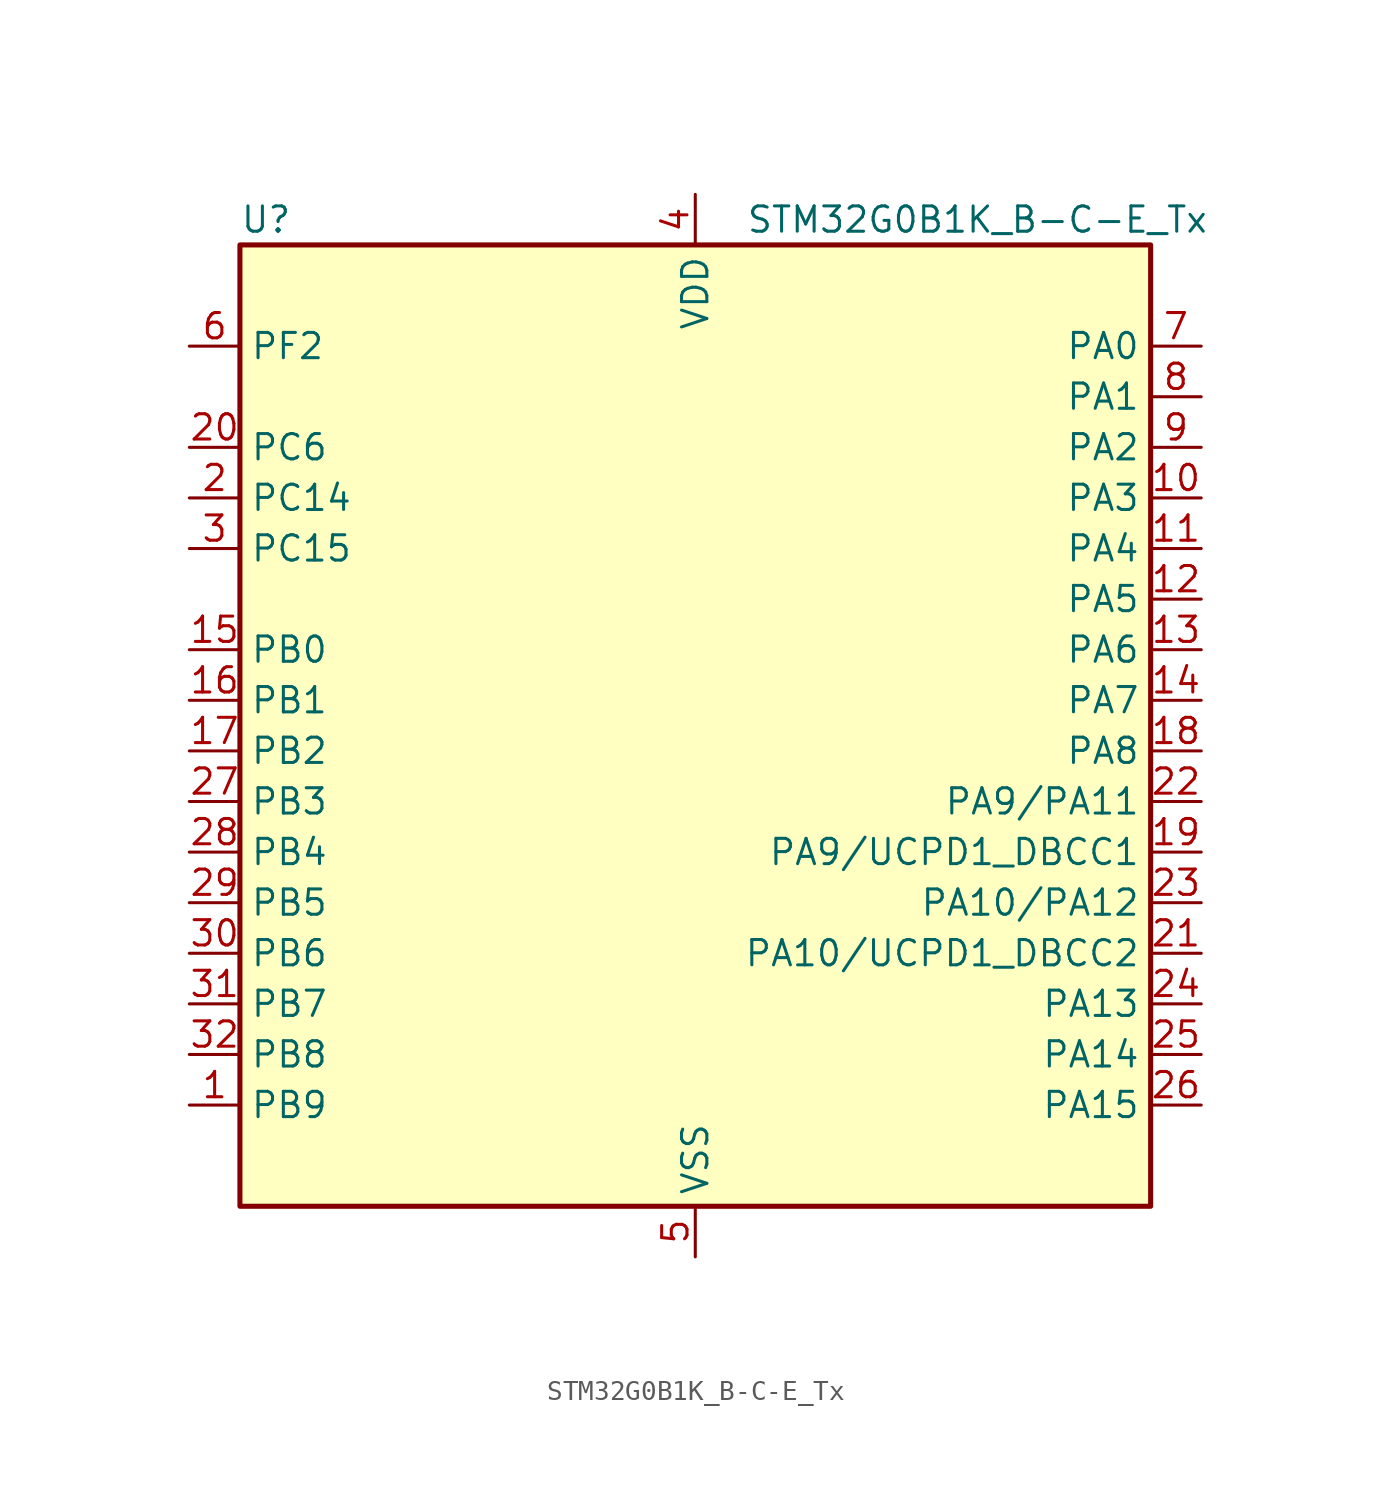
<source format=kicad_sym>
(kicad_symbol_lib
  (version 20231120)
  (generator "kicad-library-utils")
  (generator_version "8.0")
  (symbol "STM32G0B1K_B-C-E_Tx"
    (property "Reference" "U"
      (at -22.86 26.67 0)
      (effects (font (size 1.27 1.27)) (justify left)))
    (property "Value" "STM32G0B1K_B-C-E_Tx"
      (at 2.54 26.67 0)
      (effects (font (size 1.27 1.27)) (justify left)))
    (symbol "STM32G0B1K_B-C-E_Tx_0_1"
      (rectangle (start -22.86 -22.86) (end 22.86 25.4) (stroke (width 0.254) (type default)) (fill (type background))))
    (symbol "STM32G0B1K_B-C-E_Tx_1_1"
      (pin bidirectional line (at -25.4 -17.78 0) (length 2.54) (name "PB9" (effects (font (size 1.27 1.27)))) (number "1" (effects (font (size 1.27 1.27)))) (alternate "DAC1_EXTI9" bidirectional line) (alternate "FDCAN1_TX" bidirectional line) (alternate "I2C1_SDA" bidirectional line) (alternate "I2S2_WS" bidirectional line) (alternate "IR_OUT" bidirectional line) (alternate "SPI2_NSS" bidirectional line) (alternate "TIM17_CH1" bidirectional line) (alternate "TIM4_CH4" bidirectional line) (alternate "USART3_RX" bidirectional line) (alternate "USART6_RX" bidirectional line))
      (pin bidirectional line (at 25.4 12.7 180) (length 2.54) (name "PA3" (effects (font (size 1.27 1.27)))) (number "10" (effects (font (size 1.27 1.27)))) (alternate "ADC1_IN3" bidirectional line) (alternate "COMP2_INP" bidirectional line) (alternate "I2S2_MCK" bidirectional line) (alternate "LPUART1_RX" bidirectional line) (alternate "SPI2_MISO" bidirectional line) (alternate "TIM15_CH2" bidirectional line) (alternate "TIM2_CH4" bidirectional line) (alternate "USART2_RX" bidirectional line))
      (pin bidirectional line (at 25.4 10.16 180) (length 2.54) (name "PA4" (effects (font (size 1.27 1.27)))) (number "11" (effects (font (size 1.27 1.27)))) (alternate "ADC1_IN4" bidirectional line) (alternate "DAC1_OUT1" bidirectional line) (alternate "I2S1_WS" bidirectional line) (alternate "I2S2_SD" bidirectional line) (alternate "LPTIM2_OUT" bidirectional line) (alternate "RTC_OUT1" bidirectional line) (alternate "RTC_TAMP_IN1" bidirectional line) (alternate "RTC_TS" bidirectional line) (alternate "SPI1_NSS" bidirectional line) (alternate "SPI2_MOSI" bidirectional line) (alternate "SPI3_NSS" bidirectional line) (alternate "SYS_WKUP2" bidirectional line) (alternate "TIM14_CH1" bidirectional line) (alternate "USART6_TX" bidirectional line) (alternate "USB_NOE" bidirectional line))
      (pin bidirectional line (at 25.4 7.62 180) (length 2.54) (name "PA5" (effects (font (size 1.27 1.27)))) (number "12" (effects (font (size 1.27 1.27)))) (alternate "ADC1_IN5" bidirectional line) (alternate "CEC" bidirectional line) (alternate "DAC1_OUT2" bidirectional line) (alternate "I2S1_CK" bidirectional line) (alternate "LPTIM2_ETR" bidirectional line) (alternate "SPI1_SCK" bidirectional line) (alternate "TIM2_CH1" bidirectional line) (alternate "TIM2_ETR" bidirectional line) (alternate "UCPD1_FRSTX1" bidirectional line) (alternate "UCPD1_FRSTX2" bidirectional line) (alternate "USART3_TX" bidirectional line) (alternate "USART6_RX" bidirectional line))
      (pin bidirectional line (at 25.4 5.08 180) (length 2.54) (name "PA6" (effects (font (size 1.27 1.27)))) (number "13" (effects (font (size 1.27 1.27)))) (alternate "ADC1_IN6" bidirectional line) (alternate "COMP1_OUT" bidirectional line) (alternate "I2C2_SDA" bidirectional line) (alternate "I2C3_SDA" bidirectional line) (alternate "I2S1_MCK" bidirectional line) (alternate "LPUART1_CTS" bidirectional line) (alternate "SPI1_MISO" bidirectional line) (alternate "TIM16_CH1" bidirectional line) (alternate "TIM1_BK" bidirectional line) (alternate "TIM3_CH1" bidirectional line) (alternate "USART3_CTS" bidirectional line) (alternate "USART3_NSS" bidirectional line) (alternate "USART6_CTS" bidirectional line) (alternate "USART6_NSS" bidirectional line))
      (pin bidirectional line (at 25.4 2.54 180) (length 2.54) (name "PA7" (effects (font (size 1.27 1.27)))) (number "14" (effects (font (size 1.27 1.27)))) (alternate "ADC1_IN7" bidirectional line) (alternate "COMP2_OUT" bidirectional line) (alternate "I2C2_SCL" bidirectional line) (alternate "I2C3_SCL" bidirectional line) (alternate "I2S1_SD" bidirectional line) (alternate "SPI1_MOSI" bidirectional line) (alternate "TIM14_CH1" bidirectional line) (alternate "TIM17_CH1" bidirectional line) (alternate "TIM1_CH1N" bidirectional line) (alternate "TIM3_CH2" bidirectional line) (alternate "UCPD1_FRSTX1" bidirectional line) (alternate "UCPD1_FRSTX2" bidirectional line) (alternate "USART6_CK" bidirectional line) (alternate "USART6_DE" bidirectional line) (alternate "USART6_RTS" bidirectional line))
      (pin bidirectional line (at -25.4 5.08 0) (length 2.54) (name "PB0" (effects (font (size 1.27 1.27)))) (number "15" (effects (font (size 1.27 1.27)))) (alternate "ADC1_IN8" bidirectional line) (alternate "COMP1_OUT" bidirectional line) (alternate "COMP3_INP" bidirectional line) (alternate "FDCAN2_RX" bidirectional line) (alternate "I2S1_WS" bidirectional line) (alternate "LPTIM1_OUT" bidirectional line) (alternate "LPUART2_CTS" bidirectional line) (alternate "SPI1_NSS" bidirectional line) (alternate "TIM1_CH2N" bidirectional line) (alternate "TIM3_CH3" bidirectional line) (alternate "UCPD1_FRSTX1" bidirectional line) (alternate "UCPD1_FRSTX2" bidirectional line) (alternate "USART3_RX" bidirectional line) (alternate "USART5_TX" bidirectional line))
      (pin bidirectional line (at -25.4 2.54 0) (length 2.54) (name "PB1" (effects (font (size 1.27 1.27)))) (number "16" (effects (font (size 1.27 1.27)))) (alternate "ADC1_IN9" bidirectional line) (alternate "COMP1_INM" bidirectional line) (alternate "COMP3_OUT" bidirectional line) (alternate "FDCAN2_TX" bidirectional line) (alternate "LPTIM2_IN1" bidirectional line) (alternate "LPUART1_DE" bidirectional line) (alternate "LPUART1_RTS" bidirectional line) (alternate "LPUART2_DE" bidirectional line) (alternate "LPUART2_RTS" bidirectional line) (alternate "TIM14_CH1" bidirectional line) (alternate "TIM1_CH3N" bidirectional line) (alternate "TIM3_CH4" bidirectional line) (alternate "USART3_CK" bidirectional line) (alternate "USART3_DE" bidirectional line) (alternate "USART3_RTS" bidirectional line) (alternate "USART5_RX" bidirectional line))
      (pin bidirectional line (at -25.4 0 0) (length 2.54) (name "PB2" (effects (font (size 1.27 1.27)))) (number "17" (effects (font (size 1.27 1.27)))) (alternate "ADC1_IN10" bidirectional line) (alternate "COMP1_INP" bidirectional line) (alternate "COMP3_INM" bidirectional line) (alternate "I2S2_MCK" bidirectional line) (alternate "LPTIM1_OUT" bidirectional line) (alternate "RCC_MCO_2" bidirectional line) (alternate "SPI2_MISO" bidirectional line) (alternate "USART3_TX" bidirectional line))
      (pin bidirectional line (at 25.4 0 180) (length 2.54) (name "PA8" (effects (font (size 1.27 1.27)))) (number "18" (effects (font (size 1.27 1.27)))) (alternate "CRS1_SYNC" bidirectional line) (alternate "I2C2_SMBA" bidirectional line) (alternate "I2S2_WS" bidirectional line) (alternate "LPTIM2_OUT" bidirectional line) (alternate "RCC_MCO" bidirectional line) (alternate "SPI2_NSS" bidirectional line) (alternate "TIM1_CH1" bidirectional line) (alternate "UCPD1_CC1" bidirectional line))
      (pin bidirectional line (at 25.4 -5.08 180) (length 2.54) (name "PA9/UCPD1_DBCC1" (effects (font (size 1.27 1.27)))) (number "19" (effects (font (size 1.27 1.27)))) (alternate "PA9" bidirectional line) (alternate "DAC1_EXTI9 (PA9)" bidirectional line) (alternate "I2C1_SCL (PA9)" bidirectional line) (alternate "I2C2_SCL (PA9)" bidirectional line) (alternate "I2S2_MCK (PA9)" bidirectional line) (alternate "RCC_MCO (PA9)" bidirectional line) (alternate "SPI2_MISO (PA9)" bidirectional line) (alternate "TIM15_BK (PA9)" bidirectional line) (alternate "TIM1_CH2 (PA9)" bidirectional line) (alternate "UCPD1_DBCC1 (PA9)" bidirectional line) (alternate "USART1_TX (PA9)" bidirectional line) (alternate "UCPD1_DBCC1" bidirectional line) (alternate "UCPD1_DBCC1 (UCPD1_DBCC1)" bidirectional line))
      (pin bidirectional line (at -25.4 12.7 0) (length 2.54) (name "PC14" (effects (font (size 1.27 1.27)))) (number "2" (effects (font (size 1.27 1.27)))) (alternate "RCC_OSC32_IN" bidirectional line) (alternate "RCC_OSC_IN" bidirectional line) (alternate "TIM1_BK2" bidirectional line))
      (pin bidirectional line (at -25.4 15.24 0) (length 2.54) (name "PC6" (effects (font (size 1.27 1.27)))) (number "20" (effects (font (size 1.27 1.27)))) (alternate "LPUART2_TX" bidirectional line) (alternate "TIM2_CH3" bidirectional line) (alternate "TIM3_CH1" bidirectional line) (alternate "UCPD1_FRSTX1" bidirectional line) (alternate "UCPD1_FRSTX2" bidirectional line))
      (pin bidirectional line (at 25.4 -10.16 180) (length 2.54) (name "PA10/UCPD1_DBCC2" (effects (font (size 1.27 1.27)))) (number "21" (effects (font (size 1.27 1.27)))) (alternate "PA10" bidirectional line) (alternate "I2C1_SDA (PA10)" bidirectional line) (alternate "I2C2_SDA (PA10)" bidirectional line) (alternate "I2S2_SD (PA10)" bidirectional line) (alternate "RCC_MCO_2 (PA10)" bidirectional line) (alternate "SPI2_MOSI (PA10)" bidirectional line) (alternate "TIM17_BK (PA10)" bidirectional line) (alternate "TIM1_CH3 (PA10)" bidirectional line) (alternate "UCPD1_DBCC2 (PA10)" bidirectional line) (alternate "USART1_RX (PA10)" bidirectional line) (alternate "UCPD1_DBCC2" bidirectional line) (alternate "UCPD1_DBCC2 (UCPD1_DBCC2)" bidirectional line))
      (pin bidirectional line (at 25.4 -2.54 180) (length 2.54) (name "PA9/PA11" (effects (font (size 1.27 1.27)))) (number "22" (effects (font (size 1.27 1.27)))) (alternate "PA9" bidirectional line) (alternate "DAC1_EXTI9 (PA9)" bidirectional line) (alternate "I2C1_SCL (PA9)" bidirectional line) (alternate "I2C2_SCL (PA9)" bidirectional line) (alternate "I2S2_MCK (PA9)" bidirectional line) (alternate "RCC_MCO (PA9)" bidirectional line) (alternate "SPI2_MISO (PA9)" bidirectional line) (alternate "TIM15_BK (PA9)" bidirectional line) (alternate "TIM1_CH2 (PA9)" bidirectional line) (alternate "UCPD1_DBCC1 (PA9)" bidirectional line) (alternate "USART1_TX (PA9)" bidirectional line) (alternate "PA11" bidirectional line) (alternate "ADC1_EXTI11 (PA11)" bidirectional line) (alternate "COMP1_OUT (PA11)" bidirectional line) (alternate "FDCAN1_RX (PA11)" bidirectional line) (alternate "I2C2_SCL (PA11)" bidirectional line) (alternate "I2S1_MCK (PA11)" bidirectional line) (alternate "SPI1_MISO (PA11)" bidirectional line) (alternate "TIM1_BK2 (PA11)" bidirectional line) (alternate "TIM1_CH4 (PA11)" bidirectional line) (alternate "USART1_CTS (PA11)" bidirectional line) (alternate "USART1_NSS (PA11)" bidirectional line) (alternate "USB_DM (PA11)" bidirectional line))
      (pin bidirectional line (at 25.4 -7.62 180) (length 2.54) (name "PA10/PA12" (effects (font (size 1.27 1.27)))) (number "23" (effects (font (size 1.27 1.27)))) (alternate "PA10" bidirectional line) (alternate "I2C1_SDA (PA10)" bidirectional line) (alternate "I2C2_SDA (PA10)" bidirectional line) (alternate "I2S2_SD (PA10)" bidirectional line) (alternate "RCC_MCO_2 (PA10)" bidirectional line) (alternate "SPI2_MOSI (PA10)" bidirectional line) (alternate "TIM17_BK (PA10)" bidirectional line) (alternate "TIM1_CH3 (PA10)" bidirectional line) (alternate "UCPD1_DBCC2 (PA10)" bidirectional line) (alternate "USART1_RX (PA10)" bidirectional line) (alternate "PA12" bidirectional line) (alternate "COMP2_OUT (PA12)" bidirectional line) (alternate "FDCAN1_TX (PA12)" bidirectional line) (alternate "I2C2_SDA (PA12)" bidirectional line) (alternate "I2S1_SD (PA12)" bidirectional line) (alternate "I2S_CKIN (PA12)" bidirectional line) (alternate "SPI1_MOSI (PA12)" bidirectional line) (alternate "TIM1_ETR (PA12)" bidirectional line) (alternate "USART1_CK (PA12)" bidirectional line) (alternate "USART1_DE (PA12)" bidirectional line) (alternate "USART1_RTS (PA12)" bidirectional line) (alternate "USB_DP (PA12)" bidirectional line))
      (pin bidirectional line (at 25.4 -12.7 180) (length 2.54) (name "PA13" (effects (font (size 1.27 1.27)))) (number "24" (effects (font (size 1.27 1.27)))) (alternate "IR_OUT" bidirectional line) (alternate "LPUART2_RX" bidirectional line) (alternate "SYS_SWDIO" bidirectional line) (alternate "USB_NOE" bidirectional line))
      (pin bidirectional line (at 25.4 -15.24 180) (length 2.54) (name "PA14" (effects (font (size 1.27 1.27)))) (number "25" (effects (font (size 1.27 1.27)))) (alternate "LPUART2_TX" bidirectional line) (alternate "SYS_SWCLK" bidirectional line) (alternate "USART2_TX" bidirectional line))
      (pin bidirectional line (at 25.4 -17.78 180) (length 2.54) (name "PA15" (effects (font (size 1.27 1.27)))) (number "26" (effects (font (size 1.27 1.27)))) (alternate "I2C2_SMBA" bidirectional line) (alternate "I2S1_WS" bidirectional line) (alternate "RCC_MCO_2" bidirectional line) (alternate "SPI1_NSS" bidirectional line) (alternate "SPI3_NSS" bidirectional line) (alternate "TIM2_CH1" bidirectional line) (alternate "TIM2_ETR" bidirectional line) (alternate "USART2_RX" bidirectional line) (alternate "USART3_CK" bidirectional line) (alternate "USART3_DE" bidirectional line) (alternate "USART3_RTS" bidirectional line) (alternate "USART4_CK" bidirectional line) (alternate "USART4_DE" bidirectional line) (alternate "USART4_RTS" bidirectional line) (alternate "USB_NOE" bidirectional line))
      (pin bidirectional line (at -25.4 -2.54 0) (length 2.54) (name "PB3" (effects (font (size 1.27 1.27)))) (number "27" (effects (font (size 1.27 1.27)))) (alternate "COMP2_INM" bidirectional line) (alternate "I2C2_SCL" bidirectional line) (alternate "I2C3_SCL" bidirectional line) (alternate "I2S1_CK" bidirectional line) (alternate "SPI1_SCK" bidirectional line) (alternate "SPI3_SCK" bidirectional line) (alternate "TIM1_CH2" bidirectional line) (alternate "TIM2_CH2" bidirectional line) (alternate "USART1_CK" bidirectional line) (alternate "USART1_DE" bidirectional line) (alternate "USART1_RTS" bidirectional line) (alternate "USART5_TX" bidirectional line))
      (pin bidirectional line (at -25.4 -5.08 0) (length 2.54) (name "PB4" (effects (font (size 1.27 1.27)))) (number "28" (effects (font (size 1.27 1.27)))) (alternate "COMP2_INP" bidirectional line) (alternate "I2C2_SDA" bidirectional line) (alternate "I2C3_SDA" bidirectional line) (alternate "I2S1_MCK" bidirectional line) (alternate "SPI1_MISO" bidirectional line) (alternate "SPI3_MISO" bidirectional line) (alternate "TIM17_BK" bidirectional line) (alternate "TIM3_CH1" bidirectional line) (alternate "USART1_CTS" bidirectional line) (alternate "USART1_NSS" bidirectional line) (alternate "USART5_RX" bidirectional line))
      (pin bidirectional line (at -25.4 -7.62 0) (length 2.54) (name "PB5" (effects (font (size 1.27 1.27)))) (number "29" (effects (font (size 1.27 1.27)))) (alternate "COMP2_OUT" bidirectional line) (alternate "FDCAN2_RX" bidirectional line) (alternate "I2C1_SMBA" bidirectional line) (alternate "I2S1_SD" bidirectional line) (alternate "LPTIM1_IN1" bidirectional line) (alternate "SPI1_MOSI" bidirectional line) (alternate "SPI3_MOSI" bidirectional line) (alternate "SYS_WKUP6" bidirectional line) (alternate "TIM16_BK" bidirectional line) (alternate "TIM3_CH2" bidirectional line) (alternate "USART5_CK" bidirectional line) (alternate "USART5_DE" bidirectional line) (alternate "USART5_RTS" bidirectional line))
      (pin bidirectional line (at -25.4 10.16 0) (length 2.54) (name "PC15" (effects (font (size 1.27 1.27)))) (number "3" (effects (font (size 1.27 1.27)))) (alternate "RCC_OSC32_EN" bidirectional line) (alternate "RCC_OSC32_OUT" bidirectional line) (alternate "RCC_OSC_EN" bidirectional line) (alternate "TIM15_BK" bidirectional line))
      (pin bidirectional line (at -25.4 -10.16 0) (length 2.54) (name "PB6" (effects (font (size 1.27 1.27)))) (number "30" (effects (font (size 1.27 1.27)))) (alternate "COMP2_INP" bidirectional line) (alternate "FDCAN2_TX" bidirectional line) (alternate "I2C1_SCL" bidirectional line) (alternate "I2S2_MCK" bidirectional line) (alternate "LPTIM1_ETR" bidirectional line) (alternate "LPUART2_TX" bidirectional line) (alternate "SPI2_MISO" bidirectional line) (alternate "TIM16_CH1N" bidirectional line) (alternate "TIM1_CH3" bidirectional line) (alternate "TIM4_CH1" bidirectional line) (alternate "USART1_TX" bidirectional line) (alternate "USART5_CTS" bidirectional line) (alternate "USART5_NSS" bidirectional line))
      (pin bidirectional line (at -25.4 -12.7 0) (length 2.54) (name "PB7" (effects (font (size 1.27 1.27)))) (number "31" (effects (font (size 1.27 1.27)))) (alternate "COMP2_INM" bidirectional line) (alternate "I2C1_SDA" bidirectional line) (alternate "I2S2_SD" bidirectional line) (alternate "LPTIM1_IN2" bidirectional line) (alternate "LPUART2_RX" bidirectional line) (alternate "SPI2_MOSI" bidirectional line) (alternate "SYS_PVD_IN" bidirectional line) (alternate "TIM17_CH1N" bidirectional line) (alternate "TIM4_CH2" bidirectional line) (alternate "USART1_RX" bidirectional line) (alternate "USART4_CTS" bidirectional line) (alternate "USART4_NSS" bidirectional line))
      (pin bidirectional line (at -25.4 -15.24 0) (length 2.54) (name "PB8" (effects (font (size 1.27 1.27)))) (number "32" (effects (font (size 1.27 1.27)))) (alternate "CEC" bidirectional line) (alternate "FDCAN1_RX" bidirectional line) (alternate "I2C1_SCL" bidirectional line) (alternate "I2S2_CK" bidirectional line) (alternate "SPI2_SCK" bidirectional line) (alternate "TIM15_BK" bidirectional line) (alternate "TIM16_CH1" bidirectional line) (alternate "TIM4_CH3" bidirectional line) (alternate "USART3_TX" bidirectional line) (alternate "USART6_TX" bidirectional line))
      (pin power_in line (at 0 27.94 270) (length 2.54) (name "VDD" (effects (font (size 1.27 1.27)))) (number "4" (effects (font (size 1.27 1.27)))))
      (pin power_in line (at 0 -25.4 90) (length 2.54) (name "VSS" (effects (font (size 1.27 1.27)))) (number "5" (effects (font (size 1.27 1.27)))))
      (pin bidirectional line (at -25.4 20.32 0) (length 2.54) (name "PF2" (effects (font (size 1.27 1.27)))) (number "6" (effects (font (size 1.27 1.27)))) (alternate "LPUART2_DE" bidirectional line) (alternate "LPUART2_RTS" bidirectional line) (alternate "LPUART2_TX" bidirectional line) (alternate "RCC_MCO" bidirectional line))
      (pin bidirectional line (at 25.4 20.32 180) (length 2.54) (name "PA0" (effects (font (size 1.27 1.27)))) (number "7" (effects (font (size 1.27 1.27)))) (alternate "ADC1_IN0" bidirectional line) (alternate "COMP1_INM" bidirectional line) (alternate "COMP1_OUT" bidirectional line) (alternate "I2S2_CK" bidirectional line) (alternate "LPTIM1_OUT" bidirectional line) (alternate "RTC_TAMP_IN2" bidirectional line) (alternate "SPI2_SCK" bidirectional line) (alternate "SYS_WKUP1" bidirectional line) (alternate "TIM2_CH1" bidirectional line) (alternate "TIM2_ETR" bidirectional line) (alternate "USART2_CTS" bidirectional line) (alternate "USART2_NSS" bidirectional line) (alternate "USART4_TX" bidirectional line))
      (pin bidirectional line (at 25.4 17.78 180) (length 2.54) (name "PA1" (effects (font (size 1.27 1.27)))) (number "8" (effects (font (size 1.27 1.27)))) (alternate "ADC1_IN1" bidirectional line) (alternate "COMP1_INP" bidirectional line) (alternate "I2C1_SMBA" bidirectional line) (alternate "I2S1_CK" bidirectional line) (alternate "SPI1_SCK" bidirectional line) (alternate "TIM15_CH1N" bidirectional line) (alternate "TIM2_CH2" bidirectional line) (alternate "USART2_CK" bidirectional line) (alternate "USART2_DE" bidirectional line) (alternate "USART2_RTS" bidirectional line) (alternate "USART4_RX" bidirectional line))
      (pin bidirectional line (at 25.4 15.24 180) (length 2.54) (name "PA2" (effects (font (size 1.27 1.27)))) (number "9" (effects (font (size 1.27 1.27)))) (alternate "ADC1_IN2" bidirectional line) (alternate "COMP2_INM" bidirectional line) (alternate "COMP2_OUT" bidirectional line) (alternate "I2S1_SD" bidirectional line) (alternate "LPUART1_TX" bidirectional line) (alternate "RCC_LSCO" bidirectional line) (alternate "SPI1_MOSI" bidirectional line) (alternate "SYS_WKUP4" bidirectional line) (alternate "TIM15_CH1" bidirectional line) (alternate "TIM2_CH3" bidirectional line) (alternate "UCPD1_FRSTX1" bidirectional line) (alternate "UCPD1_FRSTX2" bidirectional line) (alternate "USART2_TX" bidirectional line)))))
</source>
